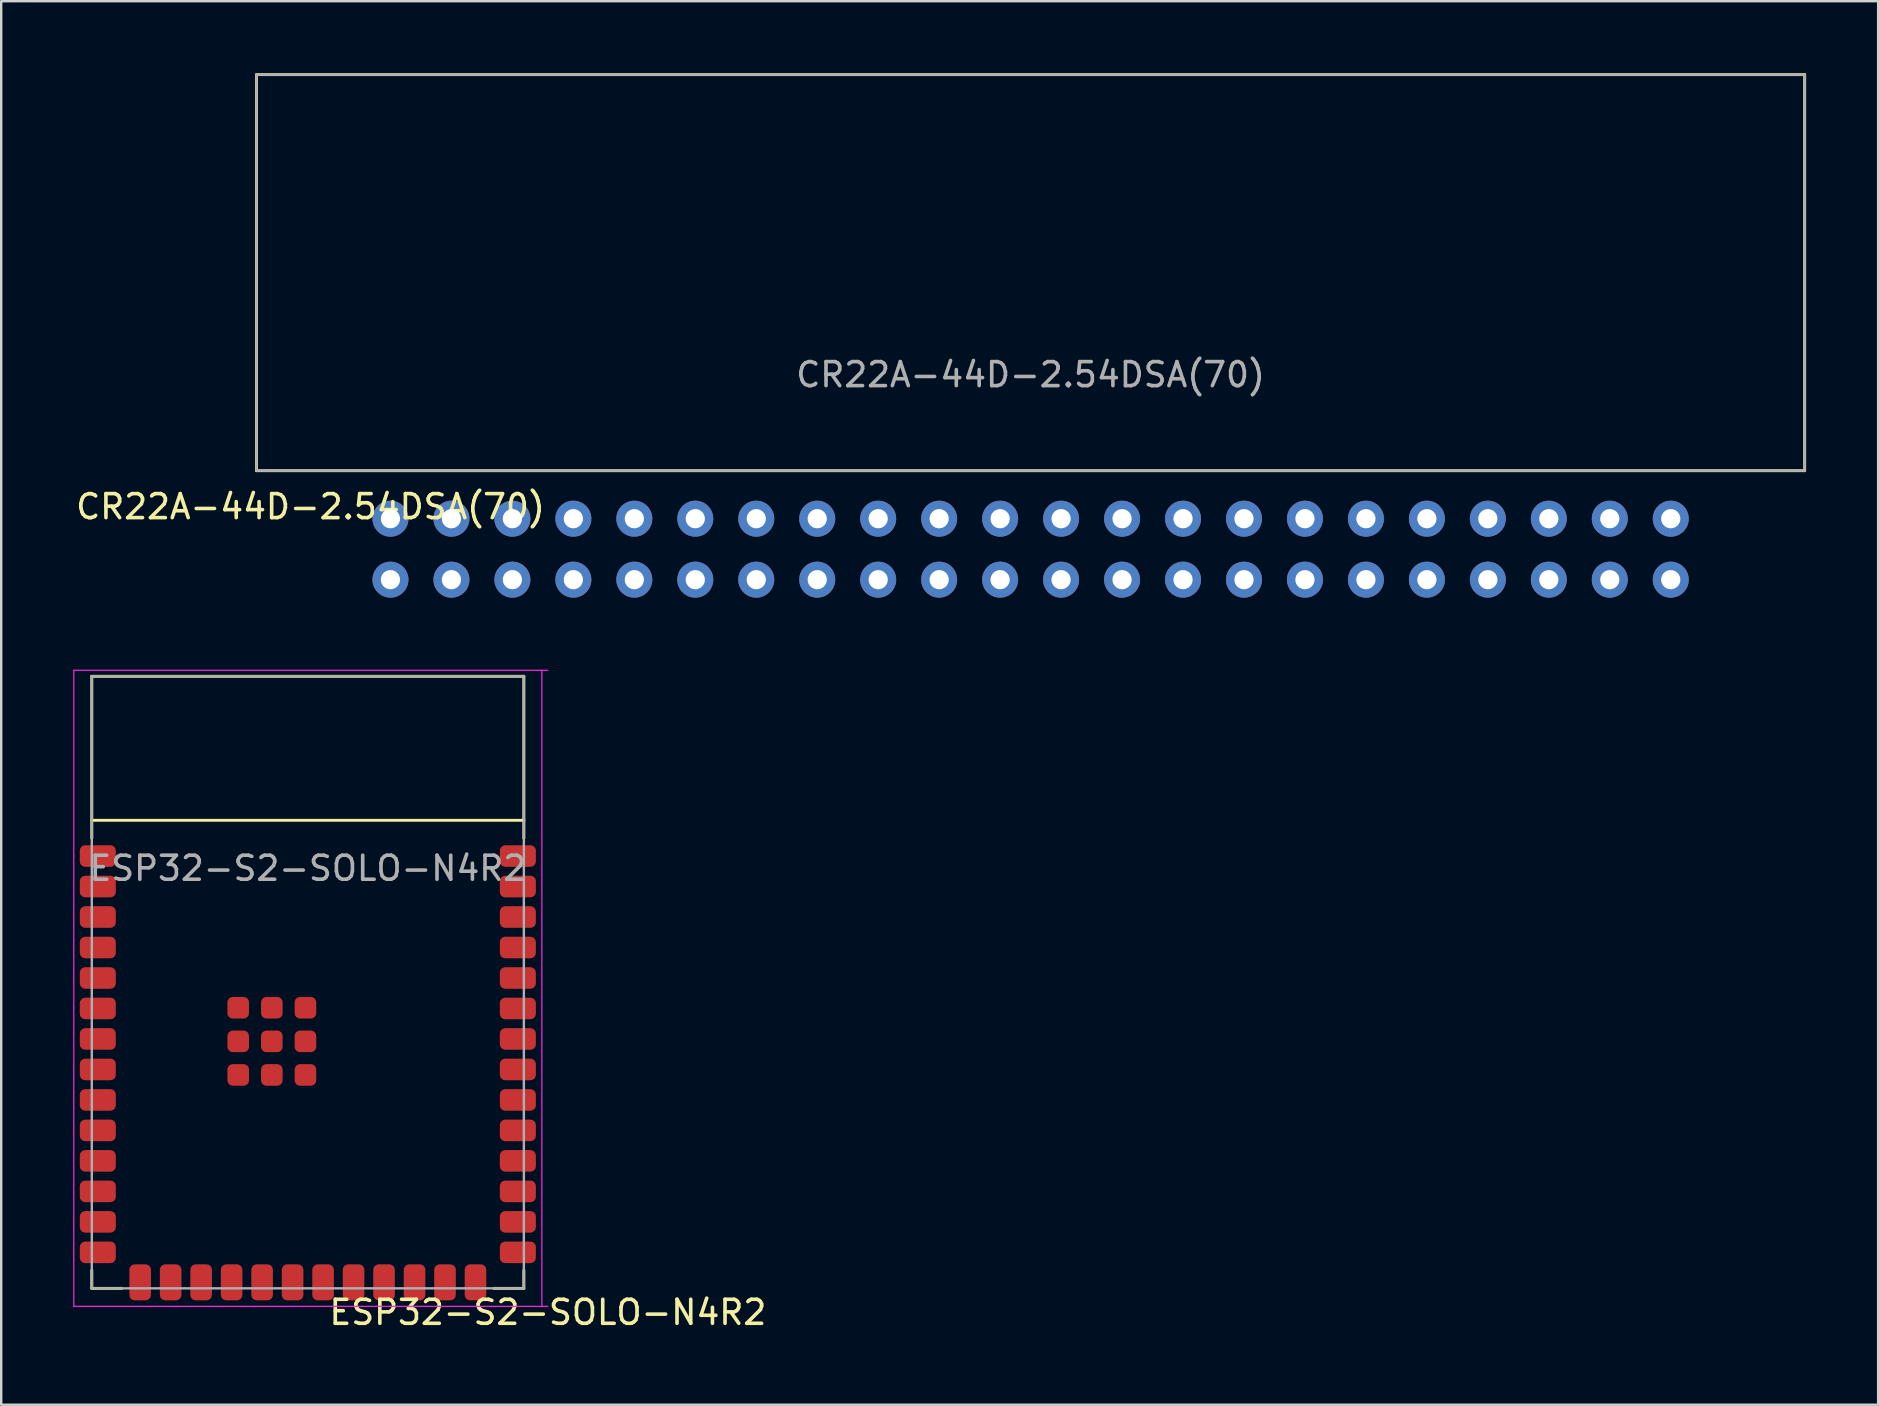
<source format=kicad_pcb>
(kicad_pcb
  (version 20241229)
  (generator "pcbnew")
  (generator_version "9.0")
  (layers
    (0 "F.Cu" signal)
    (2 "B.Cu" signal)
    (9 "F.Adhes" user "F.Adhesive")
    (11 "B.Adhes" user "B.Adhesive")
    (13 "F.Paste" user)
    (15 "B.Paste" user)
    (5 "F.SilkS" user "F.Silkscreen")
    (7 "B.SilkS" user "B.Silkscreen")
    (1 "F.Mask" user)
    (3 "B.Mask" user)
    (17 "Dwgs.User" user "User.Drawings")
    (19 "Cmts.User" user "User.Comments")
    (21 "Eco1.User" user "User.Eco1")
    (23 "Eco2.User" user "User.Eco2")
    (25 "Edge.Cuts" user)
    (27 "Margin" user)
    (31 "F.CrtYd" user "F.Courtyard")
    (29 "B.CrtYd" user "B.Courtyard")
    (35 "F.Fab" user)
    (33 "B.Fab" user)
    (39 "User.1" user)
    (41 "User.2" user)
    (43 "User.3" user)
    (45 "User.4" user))
  (footprint "ESP32-S2-SOLO-N4R2"
    (layer "F.Cu")
    (at 9.775 25.125)
    (property "Reference" "ESP32-S2-SOLO-N4R2" (at 10 26.5 0) (unlocked yes) (layer "F.SilkS") (effects (font (size 1 1) (thickness 0.15))))
    (attr smd)
    (fp_line (start -9 0) (end 9 0) (stroke (width 0.12) (type solid)) (layer "F.SilkS"))
    (fp_line (start -9 6) (end 9 6) (stroke (width 0.12) (type solid)) (layer "F.SilkS"))
    (fp_line (start -9 6.75) (end -9 0) (stroke (width 0.12) (type solid)) (layer "F.SilkS"))
    (fp_line (start -9 24.75) (end -9 25.5) (stroke (width 0.12) (type solid)) (layer "F.SilkS"))
    (fp_line (start -9 25.5) (end -7.75 25.5) (stroke (width 0.12) (type solid)) (layer "F.SilkS"))
    (fp_line (start 9 0) (end 9 6.75) (stroke (width 0.12) (type solid)) (layer "F.SilkS"))
    (fp_line (start 9 24.75) (end 9 25.5) (stroke (width 0.12) (type solid)) (layer "F.SilkS"))
    (fp_line (start 9 25.5) (end 7.75 25.5) (stroke (width 0.12) (type solid)) (layer "F.SilkS"))
    (fp_line (start -9.75 -0.25) (end 10 -0.25) (stroke (width 0.05) (type solid)) (layer "F.CrtYd"))
    (fp_line (start -9.75 26.25) (end -9.75 -0.25) (stroke (width 0.05) (type solid)) (layer "F.CrtYd"))
    (fp_line (start 9.75 -0.25) (end 9.75 26.25) (stroke (width 0.05) (type solid)) (layer "F.CrtYd"))
    (fp_line (start 10 26.25) (end -9.75 26.25) (stroke (width 0.05) (type solid)) (layer "F.CrtYd"))
    (fp_line (start -9 0) (end -9 25.5) (stroke (width 0.1) (type solid)) (layer "F.Fab"))
    (fp_line (start -9 25.5) (end 9 25.5) (stroke (width 0.1) (type solid)) (layer "F.Fab"))
    (fp_line (start 9 0) (end -9 0) (stroke (width 0.1) (type solid)) (layer "F.Fab"))
    (fp_line (start 9 25.5) (end 9 0) (stroke (width 0.1) (type solid)) (layer "F.Fab"))
    (fp_text user "${REFERENCE}" (at 0 8 0) (unlocked yes) (layer "F.Fab") (effects (font (size 1 1) (thickness 0.15))))
    (pad "1" smd roundrect (at -8.75 7.49 90) (size 0.9 1.5) (layers "F.Cu" "F.Mask" "F.Paste") (roundrect_rratio 0.25))
    (pad "2" smd roundrect (at -8.75 8.76 90) (size 0.9 1.5) (layers "F.Cu" "F.Mask" "F.Paste") (roundrect_rratio 0.25))
    (pad "3" smd roundrect (at -8.75 10.03 90) (size 0.9 1.5) (layers "F.Cu" "F.Mask" "F.Paste") (roundrect_rratio 0.25))
    (pad "4" smd roundrect (at -8.75 11.3 90) (size 0.9 1.5) (layers "F.Cu" "F.Mask" "F.Paste") (roundrect_rratio 0.25))
    (pad "5" smd roundrect (at -8.75 12.57 90) (size 0.9 1.5) (layers "F.Cu" "F.Mask" "F.Paste") (roundrect_rratio 0.25))
    (pad "6" smd roundrect (at -8.75 13.84 90) (size 0.9 1.5) (layers "F.Cu" "F.Mask" "F.Paste") (roundrect_rratio 0.25))
    (pad "7" smd roundrect (at -8.75 15.11 90) (size 0.9 1.5) (layers "F.Cu" "F.Mask" "F.Paste") (roundrect_rratio 0.25))
    (pad "8" smd roundrect (at -8.75 16.38 90) (size 0.9 1.5) (layers "F.Cu" "F.Mask" "F.Paste") (roundrect_rratio 0.25))
    (pad "9" smd roundrect (at -8.75 17.65 90) (size 0.9 1.5) (layers "F.Cu" "F.Mask" "F.Paste") (roundrect_rratio 0.25))
    (pad "10" smd roundrect (at -8.75 18.92 90) (size 0.9 1.5) (layers "F.Cu" "F.Mask" "F.Paste") (roundrect_rratio 0.25))
    (pad "11" smd roundrect (at -8.75 20.19 90) (size 0.9 1.5) (layers "F.Cu" "F.Mask" "F.Paste") (roundrect_rratio 0.25))
    (pad "12" smd roundrect (at -8.75 21.46 90) (size 0.9 1.5) (layers "F.Cu" "F.Mask" "F.Paste") (roundrect_rratio 0.25))
    (pad "13" smd roundrect (at -8.75 22.73 90) (size 0.9 1.5) (layers "F.Cu" "F.Mask" "F.Paste") (roundrect_rratio 0.25))
    (pad "14" smd roundrect (at -8.75 24 90) (size 0.9 1.5) (layers "F.Cu" "F.Mask" "F.Paste") (roundrect_rratio 0.25))
    (pad "15" smd roundrect (at -6.985 25.25 180) (size 0.9 1.5) (layers "F.Cu" "F.Mask" "F.Paste") (roundrect_rratio 0.25))
    (pad "16" smd roundrect (at -5.715 25.25 180) (size 0.9 1.5) (layers "F.Cu" "F.Mask" "F.Paste") (roundrect_rratio 0.25))
    (pad "17" smd roundrect (at -4.445 25.25 180) (size 0.9 1.5) (layers "F.Cu" "F.Mask" "F.Paste") (roundrect_rratio 0.25))
    (pad "18" smd roundrect (at -3.175 25.25 180) (size 0.9 1.5) (layers "F.Cu" "F.Mask" "F.Paste") (roundrect_rratio 0.25))
    (pad "19" smd roundrect (at -1.905 25.25 180) (size 0.9 1.5) (layers "F.Cu" "F.Mask" "F.Paste") (roundrect_rratio 0.25))
    (pad "20" smd roundrect (at -0.635 25.25 180) (size 0.9 1.5) (layers "F.Cu" "F.Mask" "F.Paste") (roundrect_rratio 0.25))
    (pad "21" smd roundrect (at 0.635 25.25 180) (size 0.9 1.5) (layers "F.Cu" "F.Mask" "F.Paste") (roundrect_rratio 0.25))
    (pad "22" smd roundrect (at 1.905 25.25 180) (size 0.9 1.5) (layers "F.Cu" "F.Mask" "F.Paste") (roundrect_rratio 0.25))
    (pad "23" smd roundrect (at 3.175 25.25 180) (size 0.9 1.5) (layers "F.Cu" "F.Mask" "F.Paste") (roundrect_rratio 0.25))
    (pad "24" smd roundrect (at 4.445 25.25 180) (size 0.9 1.5) (layers "F.Cu" "F.Mask" "F.Paste") (roundrect_rratio 0.25))
    (pad "25" smd roundrect (at 5.715 25.25 180) (size 0.9 1.5) (layers "F.Cu" "F.Mask" "F.Paste") (roundrect_rratio 0.25))
    (pad "26" smd roundrect (at 6.985 25.25 180) (size 0.9 1.5) (layers "F.Cu" "F.Mask" "F.Paste") (roundrect_rratio 0.25))
    (pad "27" smd roundrect (at 8.75 24 270) (size 0.9 1.5) (layers "F.Cu" "F.Mask" "F.Paste") (roundrect_rratio 0.25))
    (pad "28" smd roundrect (at 8.75 22.73 270) (size 0.9 1.5) (layers "F.Cu" "F.Mask" "F.Paste") (roundrect_rratio 0.25))
    (pad "29" smd roundrect (at 8.75 21.46 270) (size 0.9 1.5) (layers "F.Cu" "F.Mask" "F.Paste") (roundrect_rratio 0.25))
    (pad "30" smd roundrect (at 8.75 20.19 270) (size 0.9 1.5) (layers "F.Cu" "F.Mask" "F.Paste") (roundrect_rratio 0.25))
    (pad "31" smd roundrect (at 8.75 18.92 270) (size 0.9 1.5) (layers "F.Cu" "F.Mask" "F.Paste") (roundrect_rratio 0.25))
    (pad "32" smd roundrect (at 8.75 17.65 270) (size 0.9 1.5) (layers "F.Cu" "F.Mask" "F.Paste") (roundrect_rratio 0.25))
    (pad "33" smd roundrect (at 8.75 16.38 270) (size 0.9 1.5) (layers "F.Cu" "F.Mask" "F.Paste") (roundrect_rratio 0.25))
    (pad "34" smd roundrect (at 8.75 15.11 270) (size 0.9 1.5) (layers "F.Cu" "F.Mask" "F.Paste") (roundrect_rratio 0.25))
    (pad "35" smd roundrect (at 8.75 13.84 270) (size 0.9 1.5) (layers "F.Cu" "F.Mask" "F.Paste") (roundrect_rratio 0.25))
    (pad "36" smd roundrect (at 8.75 12.57 270) (size 0.9 1.5) (layers "F.Cu" "F.Mask" "F.Paste") (roundrect_rratio 0.25))
    (pad "37" smd roundrect (at 8.75 11.3 270) (size 0.9 1.5) (layers "F.Cu" "F.Mask" "F.Paste") (roundrect_rratio 0.25))
    (pad "38" smd roundrect (at 8.75 10.03 270) (size 0.9 1.5) (layers "F.Cu" "F.Mask" "F.Paste") (roundrect_rratio 0.25))
    (pad "39" smd roundrect (at 8.75 8.76 270) (size 0.9 1.5) (layers "F.Cu" "F.Mask" "F.Paste") (roundrect_rratio 0.25))
    (pad "40" smd roundrect (at 8.75 7.49 270) (size 0.9 1.5) (layers "F.Cu" "F.Mask" "F.Paste") (roundrect_rratio 0.25))
    (pad "41" smd roundrect (at -2.9 13.81 270) (size 0.9 0.9) (layers "F.Cu" "F.Mask" "F.Paste") (roundrect_rratio 0.25))
    (pad "41" smd roundrect (at -2.9 15.21 270) (size 0.9 0.9) (layers "F.Cu" "F.Mask" "F.Paste") (roundrect_rratio 0.25))
    (pad "41" smd roundrect (at -2.9 16.61 270) (size 0.9 0.9) (layers "F.Cu" "F.Mask" "F.Paste") (roundrect_rratio 0.25))
    (pad "41" smd roundrect (at -1.5 13.81 270) (size 0.9 0.9) (layers "F.Cu" "F.Mask" "F.Paste") (roundrect_rratio 0.25))
    (pad "41" smd roundrect (at -1.5 15.21 270) (size 0.9 0.9) (layers "F.Cu" "F.Mask" "F.Paste") (roundrect_rratio 0.25))
    (pad "41" smd roundrect (at -1.5 16.61 270) (size 0.9 0.9) (layers "F.Cu" "F.Mask" "F.Paste") (roundrect_rratio 0.25))
    (pad "41" smd roundrect (at -0.1 13.81 270) (size 0.9 0.9) (layers "F.Cu" "F.Mask" "F.Paste") (roundrect_rratio 0.25))
    (pad "41" smd roundrect (at -0.1 15.21 270) (size 0.9 0.9) (layers "F.Cu" "F.Mask" "F.Paste") (roundrect_rratio 0.25))
    (pad "41" smd roundrect (at -0.1 16.61 270) (size 0.9 0.9) (layers "F.Cu" "F.Mask" "F.Paste") (roundrect_rratio 0.25)))
  (footprint "CR22A-44D-2.54DSA(70)"
    (layer "F.Cu")
    (at 39.887 18.56)
    (property "Reference" "CR22A-44D-2.54DSA(70)" (at -30 -0.5 0) (unlocked yes) (layer "F.SilkS") (effects (font (size 1 1) (thickness 0.15))))
    (attr through_hole)
    (fp_line (start -32.25 -18.5) (end -32.25 -2) (stroke (width 0.12) (type solid)) (layer "F.SilkS"))
    (fp_line (start -32.25 -18.5) (end 32.25 -18.5) (stroke (width 0.12) (type solid)) (layer "F.SilkS"))
    (fp_line (start -32.25 -2) (end 32.25 -2) (stroke (width 0.12) (type solid)) (layer "F.SilkS"))
    (fp_line (start 32.25 -18.5) (end 32.25 -2) (stroke (width 0.12) (type solid)) (layer "F.SilkS"))
    (fp_line (start -32.25 -18.5) (end 32.25 -18.5) (stroke (width 0.1) (type solid)) (layer "F.Fab"))
    (fp_line (start -32.25 -2) (end -32.25 -18.5) (stroke (width 0.1) (type solid)) (layer "F.Fab"))
    (fp_line (start 32.25 -18.5) (end 32.25 -2) (stroke (width 0.1) (type solid)) (layer "F.Fab"))
    (fp_line (start 32.25 -2) (end -32.25 -2) (stroke (width 0.1) (type solid)) (layer "F.Fab"))
    (fp_text user "${REFERENCE}" (at 0 -6 0) (unlocked yes) (layer "F.Fab") (effects (font (size 1 1) (thickness 0.15))))
    (pad "1" thru_hole circle (at -26.67 2.54) (size 1.5 1.5) (drill 0.8) (layers "*.Cu" "*.Mask"))
    (pad "2" thru_hole circle (at -26.67 0) (size 1.5 1.5) (drill 0.8) (layers "*.Cu" "*.Mask"))
    (pad "3" thru_hole circle (at -24.13 2.54) (size 1.5 1.5) (drill 0.8) (layers "*.Cu" "*.Mask"))
    (pad "4" thru_hole circle (at -24.13 0) (size 1.5 1.5) (drill 0.8) (layers "*.Cu" "*.Mask"))
    (pad "5" thru_hole circle (at -21.59 2.54) (size 1.5 1.5) (drill 0.8) (layers "*.Cu" "*.Mask"))
    (pad "6" thru_hole circle (at -21.59 0) (size 1.5 1.5) (drill 0.8) (layers "*.Cu" "*.Mask"))
    (pad "7" thru_hole circle (at -19.05 2.54) (size 1.5 1.5) (drill 0.8) (layers "*.Cu" "*.Mask"))
    (pad "8" thru_hole circle (at -19.05 0) (size 1.5 1.5) (drill 0.8) (layers "*.Cu" "*.Mask"))
    (pad "9" thru_hole circle (at -16.51 2.54) (size 1.5 1.5) (drill 0.8) (layers "*.Cu" "*.Mask"))
    (pad "10" thru_hole circle (at -16.51 0) (size 1.5 1.5) (drill 0.8) (layers "*.Cu" "*.Mask"))
    (pad "11" thru_hole circle (at -13.97 2.54) (size 1.5 1.5) (drill 0.8) (layers "*.Cu" "*.Mask"))
    (pad "12" thru_hole circle (at -13.97 0) (size 1.5 1.5) (drill 0.8) (layers "*.Cu" "*.Mask"))
    (pad "13" thru_hole circle (at -11.43 2.54) (size 1.5 1.5) (drill 0.8) (layers "*.Cu" "*.Mask"))
    (pad "14" thru_hole circle (at -11.43 0) (size 1.5 1.5) (drill 0.8) (layers "*.Cu" "*.Mask"))
    (pad "15" thru_hole circle (at -8.89 2.54) (size 1.5 1.5) (drill 0.8) (layers "*.Cu" "*.Mask"))
    (pad "16" thru_hole circle (at -8.89 0) (size 1.5 1.5) (drill 0.8) (layers "*.Cu" "*.Mask"))
    (pad "17" thru_hole circle (at -6.35 2.54) (size 1.5 1.5) (drill 0.8) (layers "*.Cu" "*.Mask"))
    (pad "18" thru_hole circle (at -6.35 0) (size 1.5 1.5) (drill 0.8) (layers "*.Cu" "*.Mask"))
    (pad "19" thru_hole circle (at -3.81 2.54) (size 1.5 1.5) (drill 0.8) (layers "*.Cu" "*.Mask"))
    (pad "20" thru_hole circle (at -3.81 0) (size 1.5 1.5) (drill 0.8) (layers "*.Cu" "*.Mask"))
    (pad "21" thru_hole circle (at -1.27 2.54) (size 1.5 1.5) (drill 0.8) (layers "*.Cu" "*.Mask"))
    (pad "22" thru_hole circle (at -1.27 0) (size 1.5 1.5) (drill 0.8) (layers "*.Cu" "*.Mask"))
    (pad "23" thru_hole circle (at 1.27 2.54) (size 1.5 1.5) (drill 0.8) (layers "*.Cu" "*.Mask"))
    (pad "24" thru_hole circle (at 1.27 0) (size 1.5 1.5) (drill 0.8) (layers "*.Cu" "*.Mask"))
    (pad "25" thru_hole circle (at 3.81 2.54) (size 1.5 1.5) (drill 0.8) (layers "*.Cu" "*.Mask"))
    (pad "26" thru_hole circle (at 3.81 0) (size 1.5 1.5) (drill 0.8) (layers "*.Cu" "*.Mask"))
    (pad "27" thru_hole circle (at 6.35 2.54) (size 1.5 1.5) (drill 0.8) (layers "*.Cu" "*.Mask"))
    (pad "28" thru_hole circle (at 6.35 0) (size 1.5 1.5) (drill 0.8) (layers "*.Cu" "*.Mask"))
    (pad "29" thru_hole circle (at 8.89 2.54) (size 1.5 1.5) (drill 0.8) (layers "*.Cu" "*.Mask"))
    (pad "30" thru_hole circle (at 8.89 0) (size 1.5 1.5) (drill 0.8) (layers "*.Cu" "*.Mask"))
    (pad "31" thru_hole circle (at 11.43 2.54) (size 1.5 1.5) (drill 0.8) (layers "*.Cu" "*.Mask"))
    (pad "32" thru_hole circle (at 11.43 0) (size 1.5 1.5) (drill 0.8) (layers "*.Cu" "*.Mask"))
    (pad "33" thru_hole circle (at 13.97 2.54) (size 1.5 1.5) (drill 0.8) (layers "*.Cu" "*.Mask"))
    (pad "34" thru_hole circle (at 13.97 0) (size 1.5 1.5) (drill 0.8) (layers "*.Cu" "*.Mask"))
    (pad "35" thru_hole circle (at 16.51 2.54) (size 1.5 1.5) (drill 0.8) (layers "*.Cu" "*.Mask"))
    (pad "36" thru_hole circle (at 16.51 0) (size 1.5 1.5) (drill 0.8) (layers "*.Cu" "*.Mask"))
    (pad "37" thru_hole circle (at 19.05 2.54) (size 1.5 1.5) (drill 0.8) (layers "*.Cu" "*.Mask"))
    (pad "38" thru_hole circle (at 19.05 0) (size 1.5 1.5) (drill 0.8) (layers "*.Cu" "*.Mask"))
    (pad "39" thru_hole circle (at 21.59 2.54) (size 1.5 1.5) (drill 0.8) (layers "*.Cu" "*.Mask"))
    (pad "40" thru_hole circle (at 21.59 0) (size 1.5 1.5) (drill 0.8) (layers "*.Cu" "*.Mask"))
    (pad "41" thru_hole circle (at 24.13 2.54) (size 1.5 1.5) (drill 0.8) (layers "*.Cu" "*.Mask"))
    (pad "42" thru_hole circle (at 24.13 0) (size 1.5 1.5) (drill 0.8) (layers "*.Cu" "*.Mask"))
    (pad "43" thru_hole circle (at 26.67 2.54) (size 1.5 1.5) (drill 0.8) (layers "*.Cu" "*.Mask"))
    (pad "44" thru_hole circle (at 26.67 0) (size 1.5 1.5) (drill 0.8) (layers "*.Cu" "*.Mask")))
  (gr_rect
    (start -3 -3)
    (end 75.197 55.473)
    (stroke (width 0.1) (type default))
    (fill no)
    (layer "Edge.Cuts")))
</source>
